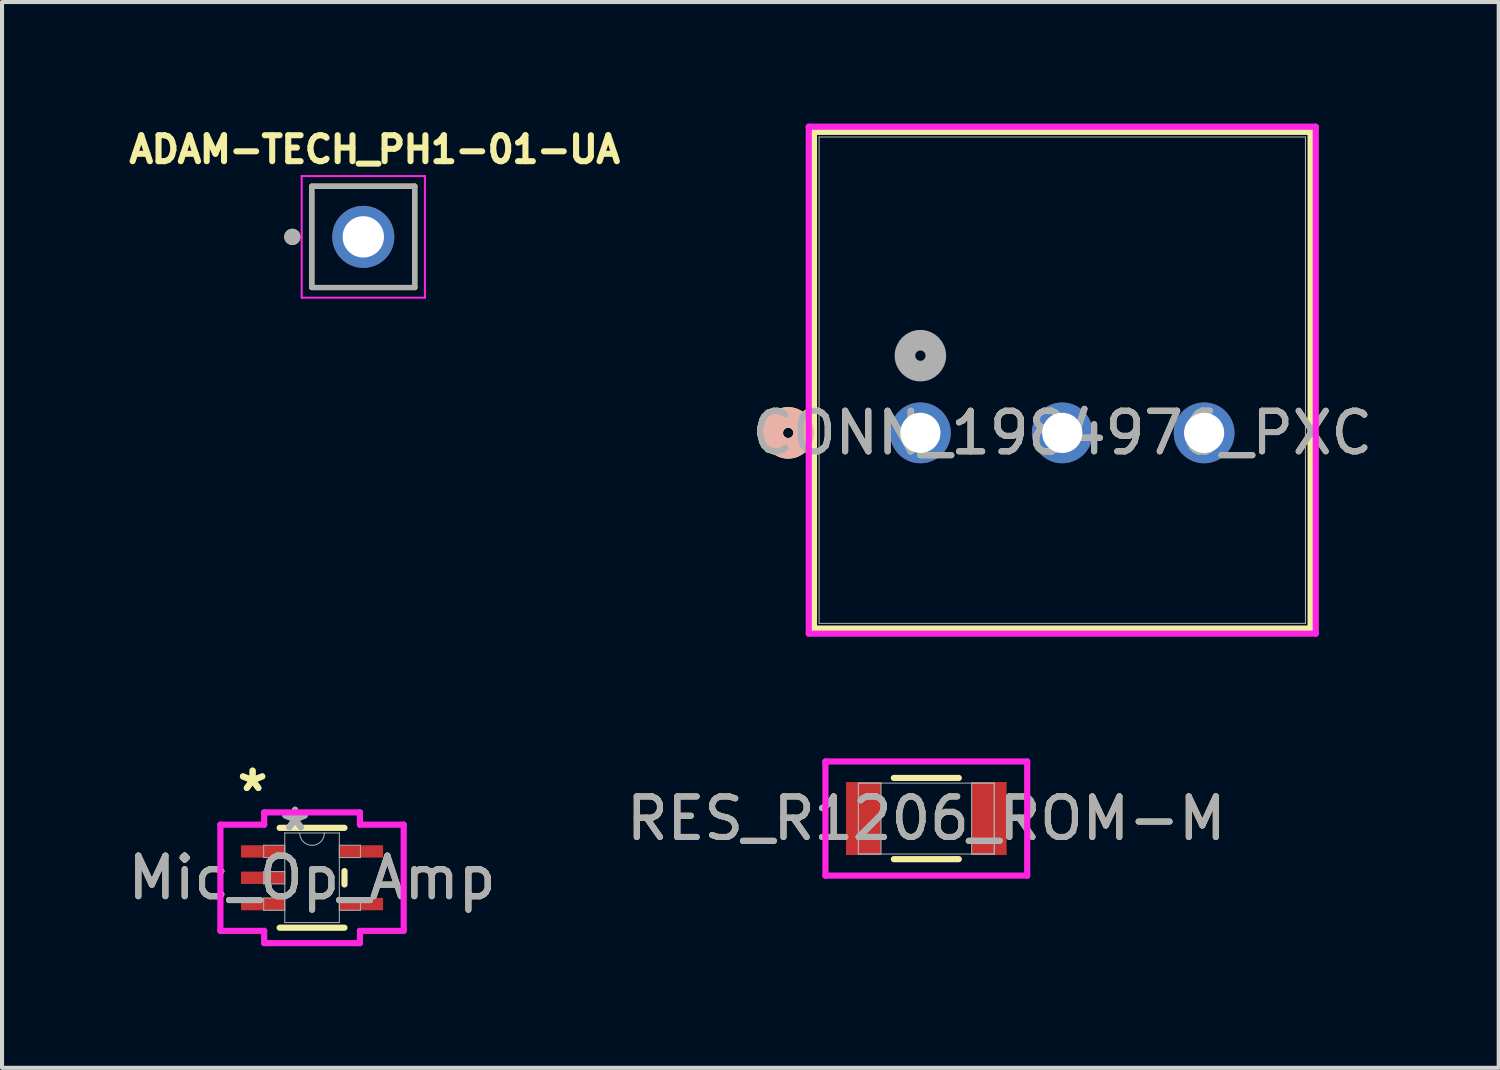
<source format=kicad_pcb>
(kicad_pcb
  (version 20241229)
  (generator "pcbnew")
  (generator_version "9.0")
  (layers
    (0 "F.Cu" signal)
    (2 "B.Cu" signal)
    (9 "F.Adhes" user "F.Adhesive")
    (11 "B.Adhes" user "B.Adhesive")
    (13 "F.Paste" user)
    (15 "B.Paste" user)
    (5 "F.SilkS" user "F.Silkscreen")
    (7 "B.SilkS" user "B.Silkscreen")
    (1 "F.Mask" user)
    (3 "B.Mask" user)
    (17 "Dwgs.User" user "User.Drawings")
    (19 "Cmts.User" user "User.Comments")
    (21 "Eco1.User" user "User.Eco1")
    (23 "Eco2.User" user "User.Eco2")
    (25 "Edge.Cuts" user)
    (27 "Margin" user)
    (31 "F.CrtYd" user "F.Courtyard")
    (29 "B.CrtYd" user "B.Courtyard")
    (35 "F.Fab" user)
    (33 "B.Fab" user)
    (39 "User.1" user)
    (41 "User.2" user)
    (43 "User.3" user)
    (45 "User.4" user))
  (footprint "Mic_Op_Amp"
    (layer "F.Cu")
    (at 4.649 18.606)
    (property "Reference" "Mic_Op_Amp" (at 0 0 0) (unlocked yes) (layer "F.SilkS") (effects (font (size 1 1) (thickness 0.15))))
    (attr smd)
    (fp_line (start -0.8 1.232) (end 0.8 1.232) (stroke (width 0.152) (type solid)) (layer "F.SilkS"))
    (fp_line (start 0.8 -1.232) (end -0.8 -1.232) (stroke (width 0.152) (type solid)) (layer "F.SilkS"))
    (fp_line (start 0.8 0.165) (end 0.8 -0.165) (stroke (width 0.152) (type solid)) (layer "F.SilkS"))
    (fp_line (start -2.261 -1.31) (end -1.181 -1.31) (stroke (width 0.152) (type solid)) (layer "F.CrtYd"))
    (fp_line (start -2.261 1.31) (end -2.261 -1.31) (stroke (width 0.152) (type solid)) (layer "F.CrtYd"))
    (fp_line (start -1.181 -1.613) (end 1.181 -1.613) (stroke (width 0.152) (type solid)) (layer "F.CrtYd"))
    (fp_line (start -1.181 -1.31) (end -1.181 -1.613) (stroke (width 0.152) (type solid)) (layer "F.CrtYd"))
    (fp_line (start -1.181 1.31) (end -2.261 1.31) (stroke (width 0.152) (type solid)) (layer "F.CrtYd"))
    (fp_line (start -1.181 1.613) (end -1.181 1.31) (stroke (width 0.152) (type solid)) (layer "F.CrtYd"))
    (fp_line (start 1.181 -1.613) (end 1.181 -1.31) (stroke (width 0.152) (type solid)) (layer "F.CrtYd"))
    (fp_line (start 1.181 -1.31) (end 2.261 -1.31) (stroke (width 0.152) (type solid)) (layer "F.CrtYd"))
    (fp_line (start 1.181 1.31) (end 1.181 1.613) (stroke (width 0.152) (type solid)) (layer "F.CrtYd"))
    (fp_line (start 1.181 1.613) (end -1.181 1.613) (stroke (width 0.152) (type solid)) (layer "F.CrtYd"))
    (fp_line (start 2.261 -1.31) (end 2.261 1.31) (stroke (width 0.152) (type solid)) (layer "F.CrtYd"))
    (fp_line (start 2.261 1.31) (end 1.181 1.31) (stroke (width 0.152) (type solid)) (layer "F.CrtYd"))
    (fp_line (start -1.194 -0.802) (end -1.194 -0.498) (stroke (width 0.025) (type solid)) (layer "F.Fab"))
    (fp_line (start -1.194 -0.498) (end -0.673 -0.498) (stroke (width 0.025) (type solid)) (layer "F.Fab"))
    (fp_line (start -1.194 -0.152) (end -1.194 0.152) (stroke (width 0.025) (type solid)) (layer "F.Fab"))
    (fp_line (start -1.194 0.152) (end -0.673 0.152) (stroke (width 0.025) (type solid)) (layer "F.Fab"))
    (fp_line (start -1.194 0.498) (end -1.194 0.802) (stroke (width 0.025) (type solid)) (layer "F.Fab"))
    (fp_line (start -1.194 0.802) (end -0.673 0.802) (stroke (width 0.025) (type solid)) (layer "F.Fab"))
    (fp_line (start -0.673 -1.105) (end -0.673 1.105) (stroke (width 0.025) (type solid)) (layer "F.Fab"))
    (fp_line (start -0.673 -0.802) (end -1.194 -0.802) (stroke (width 0.025) (type solid)) (layer "F.Fab"))
    (fp_line (start -0.673 -0.498) (end -0.673 -0.802) (stroke (width 0.025) (type solid)) (layer "F.Fab"))
    (fp_line (start -0.673 -0.152) (end -1.194 -0.152) (stroke (width 0.025) (type solid)) (layer "F.Fab"))
    (fp_line (start -0.673 0.152) (end -0.673 -0.152) (stroke (width 0.025) (type solid)) (layer "F.Fab"))
    (fp_line (start -0.673 0.498) (end -1.194 0.498) (stroke (width 0.025) (type solid)) (layer "F.Fab"))
    (fp_line (start -0.673 0.802) (end -0.673 0.498) (stroke (width 0.025) (type solid)) (layer "F.Fab"))
    (fp_line (start -0.673 1.105) (end 0.673 1.105) (stroke (width 0.025) (type solid)) (layer "F.Fab"))
    (fp_line (start 0.673 -1.105) (end -0.673 -1.105) (stroke (width 0.025) (type solid)) (layer "F.Fab"))
    (fp_line (start 0.673 -0.802) (end 0.673 -0.498) (stroke (width 0.025) (type solid)) (layer "F.Fab"))
    (fp_line (start 0.673 -0.498) (end 1.194 -0.498) (stroke (width 0.025) (type solid)) (layer "F.Fab"))
    (fp_line (start 0.673 0.498) (end 0.673 0.802) (stroke (width 0.025) (type solid)) (layer "F.Fab"))
    (fp_line (start 0.673 0.802) (end 1.194 0.802) (stroke (width 0.025) (type solid)) (layer "F.Fab"))
    (fp_line (start 0.673 1.105) (end 0.673 -1.105) (stroke (width 0.025) (type solid)) (layer "F.Fab"))
    (fp_line (start 1.194 -0.802) (end 0.673 -0.802) (stroke (width 0.025) (type solid)) (layer "F.Fab"))
    (fp_line (start 1.194 -0.498) (end 1.194 -0.802) (stroke (width 0.025) (type solid)) (layer "F.Fab"))
    (fp_line (start 1.194 0.498) (end 0.673 0.498) (stroke (width 0.025) (type solid)) (layer "F.Fab"))
    (fp_line (start 1.194 0.802) (end 1.194 0.498) (stroke (width 0.025) (type solid)) (layer "F.Fab"))
    (fp_arc (start 0.3048 -1.1049) (mid 0 -0.8001) (end -0.3048 -1.1049) (stroke (width 0.0254) (type solid)) (layer "F.Fab"))
    (fp_text user "*" (at -1.467 -2.098 0) (unlocked yes) (layer "F.SilkS") (effects (font (size 1 1) (thickness 0.15))))
    (fp_text user "*" (at -1.467 -2.098 0) (layer "F.SilkS") (effects (font (size 1 1) (thickness 0.15))))
    (fp_text user "*" (at -0.419 -1.133 0) (layer "F.Fab") (effects (font (size 1 1) (thickness 0.15))))
    (fp_text user "${REFERENCE}" (at 0 0 0) (unlocked yes) (layer "F.Fab") (effects (font (size 1 1) (thickness 0.15))))
    (fp_text user "*" (at -0.419 -1.133 0) (unlocked yes) (layer "F.Fab") (effects (font (size 1 1) (thickness 0.15))))
    (pad "1" smd rect (at -1.213 -0.65) (size 1.079 0.305) (layers "F.Cu" "F.Mask" "F.Paste"))
    (pad "2" smd rect (at -1.213 0) (size 1.079 0.305) (layers "F.Cu" "F.Mask" "F.Paste"))
    (pad "3" smd rect (at -1.213 0.65) (size 1.079 0.305) (layers "F.Cu" "F.Mask" "F.Paste"))
    (pad "4" smd rect (at 1.213 0.65) (size 1.079 0.305) (layers "F.Cu" "F.Mask" "F.Paste"))
    (pad "5" smd rect (at 1.213 -0.65) (size 1.079 0.305) (layers "F.Cu" "F.Mask" "F.Paste")))
  (footprint "RES_R1206_ROM-M"
    (layer "F.Cu")
    (at 19.804 17.145)
    (property "Reference" "RES_R1206_ROM-M" (at 0 0 0) (unlocked yes) (layer "F.SilkS") (effects (font (size 1 1) (thickness 0.15))))
    (attr smd)
    (fp_line (start -0.801 1.002) (end 0.801 1.002) (stroke (width 0.152) (type solid)) (layer "F.SilkS"))
    (fp_line (start 0.801 -1.002) (end -0.801 -1.002) (stroke (width 0.152) (type solid)) (layer "F.SilkS"))
    (fp_line (start -2.489 -1.408) (end 2.489 -1.408) (stroke (width 0.152) (type solid)) (layer "F.CrtYd"))
    (fp_line (start -2.489 1.408) (end -2.489 -1.408) (stroke (width 0.152) (type solid)) (layer "F.CrtYd"))
    (fp_line (start 2.489 -1.408) (end 2.489 1.408) (stroke (width 0.152) (type solid)) (layer "F.CrtYd"))
    (fp_line (start 2.489 1.408) (end -2.489 1.408) (stroke (width 0.152) (type solid)) (layer "F.CrtYd"))
    (fp_line (start -1.676 -0.875) (end -1.676 0.875) (stroke (width 0.025) (type solid)) (layer "F.Fab"))
    (fp_line (start -1.676 -0.875) (end -1.676 0.875) (stroke (width 0.025) (type solid)) (layer "F.Fab"))
    (fp_line (start -1.676 0.875) (end -1.118 0.875) (stroke (width 0.025) (type solid)) (layer "F.Fab"))
    (fp_line (start -1.676 0.875) (end 1.676 0.875) (stroke (width 0.025) (type solid)) (layer "F.Fab"))
    (fp_line (start -1.118 -0.875) (end -1.676 -0.875) (stroke (width 0.025) (type solid)) (layer "F.Fab"))
    (fp_line (start -1.118 0.875) (end -1.118 -0.875) (stroke (width 0.025) (type solid)) (layer "F.Fab"))
    (fp_line (start 1.118 -0.875) (end 1.118 0.875) (stroke (width 0.025) (type solid)) (layer "F.Fab"))
    (fp_line (start 1.118 0.875) (end 1.676 0.875) (stroke (width 0.025) (type solid)) (layer "F.Fab"))
    (fp_line (start 1.676 -0.875) (end -1.676 -0.875) (stroke (width 0.025) (type solid)) (layer "F.Fab"))
    (fp_line (start 1.676 -0.875) (end 1.118 -0.875) (stroke (width 0.025) (type solid)) (layer "F.Fab"))
    (fp_line (start 1.676 0.875) (end 1.676 -0.875) (stroke (width 0.025) (type solid)) (layer "F.Fab"))
    (fp_line (start 1.676 0.875) (end 1.676 -0.875) (stroke (width 0.025) (type solid)) (layer "F.Fab"))
    (fp_text user "${REFERENCE}" (at 0 0 0) (unlocked yes) (layer "F.Fab") (effects (font (size 1 1) (thickness 0.15))))
    (pad "1" smd rect (at -1.549 0) (size 0.864 1.801) (layers "F.Cu" "F.Mask" "F.Paste"))
    (pad "2" smd rect (at 1.549 0) (size 0.864 1.801) (layers "F.Cu" "F.Mask" "F.Paste"))
    (zone (net_name "") (layer "F.Cu") (hatch full 0.508) (connect_pads) (min_thickness 0.254) (filled_areas_thickness no) (keepout (tracks not_allowed) (vias not_allowed) (pads allowed) (copperpour not_allowed) (footprints allowed)) (placement (enabled no)) (fill) (polygon (pts (xy 18.737 16.321) (xy 20.87 16.321) (xy 20.87 17.969) (xy 18.737 17.969)))))
  (footprint "CONN_1984976_PXC"
    (layer "F.Cu")
    (at 19.658 7.63)
    (property "Reference" "CONN_1984976_PXC" (at 3.5 0 0) (unlocked yes) (layer "F.SilkS") (effects (font (size 1 1) (thickness 0.15))))
    (attr through_hole)
    (fp_line (start -2.627 -7.427) (end -2.627 4.827) (stroke (width 0.152) (type solid)) (layer "F.SilkS"))
    (fp_line (start -2.627 4.827) (end 9.627 4.827) (stroke (width 0.152) (type solid)) (layer "F.SilkS"))
    (fp_line (start 9.627 -7.427) (end -2.627 -7.427) (stroke (width 0.152) (type solid)) (layer "F.SilkS"))
    (fp_line (start 9.627 4.827) (end 9.627 -7.427) (stroke (width 0.152) (type solid)) (layer "F.SilkS"))
    (fp_circle (center -3.262 0) (end -2.881 0) (stroke (width 0.508) (type solid)) (fill no) (layer "F.SilkS"))
    (fp_circle (center -3.262 0) (end -2.881 0) (stroke (width 0.508) (type solid)) (fill no) (layer "B.SilkS"))
    (fp_line (start -2.754 -7.554) (end -2.754 4.954) (stroke (width 0.152) (type solid)) (layer "F.CrtYd"))
    (fp_line (start -2.754 4.954) (end 9.754 4.954) (stroke (width 0.152) (type solid)) (layer "F.CrtYd"))
    (fp_line (start 9.754 -7.554) (end -2.754 -7.554) (stroke (width 0.152) (type solid)) (layer "F.CrtYd"))
    (fp_line (start 9.754 4.954) (end 9.754 -7.554) (stroke (width 0.152) (type solid)) (layer "F.CrtYd"))
    (fp_line (start -2.5 -7.3) (end -2.5 4.7) (stroke (width 0.025) (type solid)) (layer "F.Fab"))
    (fp_line (start -2.5 4.7) (end 9.5 4.7) (stroke (width 0.025) (type solid)) (layer "F.Fab"))
    (fp_line (start 9.5 -7.3) (end -2.5 -7.3) (stroke (width 0.025) (type solid)) (layer "F.Fab"))
    (fp_line (start 9.5 4.7) (end 9.5 -7.3) (stroke (width 0.025) (type solid)) (layer "F.Fab"))
    (fp_circle (center 0 -1.905) (end 0.381 -1.905) (stroke (width 0.508) (type solid)) (fill no) (layer "F.Fab"))
    (fp_text user "${REFERENCE}" (at 3.5 0 0) (unlocked yes) (layer "F.Fab") (effects (font (size 1 1) (thickness 0.15))))
    (pad "1" thru_hole circle (at 0 0) (size 1.499 1.499) (drill 0.991) (layers "*.Cu" "*.Mask"))
    (pad "2" thru_hole circle (at 3.5 0) (size 1.499 1.499) (drill 0.991) (layers "*.Cu" "*.Mask"))
    (pad "3" thru_hole circle (at 7 0) (size 1.499 1.499) (drill 0.991) (layers "*.Cu" "*.Mask")))
  (footprint "ADAM-TECH_PH1-01-UA"
    (layer "F.Cu")
    (at 5.913 2.794)
    (property "Reference" "ADAM-TECH_PH1-01-UA" (at 0.282 -2.156 0) (layer "F.SilkS") (effects (font (size 0.64 0.64) (thickness 0.15))))
    (attr through_hole)
    (fp_line (start -1.27 -1.25) (end -1.27 1.25) (stroke (width 0.127) (type solid)) (layer "F.SilkS"))
    (fp_line (start -1.27 1.25) (end 1.27 1.25) (stroke (width 0.127) (type solid)) (layer "F.SilkS"))
    (fp_line (start 1.27 -1.25) (end -1.27 -1.25) (stroke (width 0.127) (type solid)) (layer "F.SilkS"))
    (fp_line (start 1.27 1.25) (end 1.27 -1.25) (stroke (width 0.127) (type solid)) (layer "F.SilkS"))
    (fp_circle (center -1.75 0) (end -1.65 0) (stroke (width 0.2) (type solid)) (fill no) (layer "F.SilkS"))
    (fp_line (start -1.52 -1.5) (end -1.52 1.5) (stroke (width 0.05) (type solid)) (layer "F.CrtYd"))
    (fp_line (start -1.52 1.5) (end 1.52 1.5) (stroke (width 0.05) (type solid)) (layer "F.CrtYd"))
    (fp_line (start 1.52 -1.5) (end -1.52 -1.5) (stroke (width 0.05) (type solid)) (layer "F.CrtYd"))
    (fp_line (start 1.52 1.5) (end 1.52 -1.5) (stroke (width 0.05) (type solid)) (layer "F.CrtYd"))
    (fp_line (start -1.27 -1.25) (end -1.27 1.25) (stroke (width 0.127) (type solid)) (layer "F.Fab"))
    (fp_line (start -1.27 1.25) (end 1.27 1.25) (stroke (width 0.127) (type solid)) (layer "F.Fab"))
    (fp_line (start 1.27 -1.25) (end -1.27 -1.25) (stroke (width 0.127) (type solid)) (layer "F.Fab"))
    (fp_line (start 1.27 1.25) (end 1.27 -1.25) (stroke (width 0.127) (type solid)) (layer "F.Fab"))
    (fp_circle (center -1.75 0) (end -1.65 0) (stroke (width 0.2) (type solid)) (fill no) (layer "F.Fab"))
    (pad "1" thru_hole circle (at 0 0) (size 1.53 1.53) (drill 1.02) (layers "*.Cu" "*.Mask")))
  (gr_rect
    (start -3 -3)
    (end 33.926 23.296)
    (stroke (width 0.1) (type default))
    (fill no)
    (layer "Edge.Cuts")))
</source>
